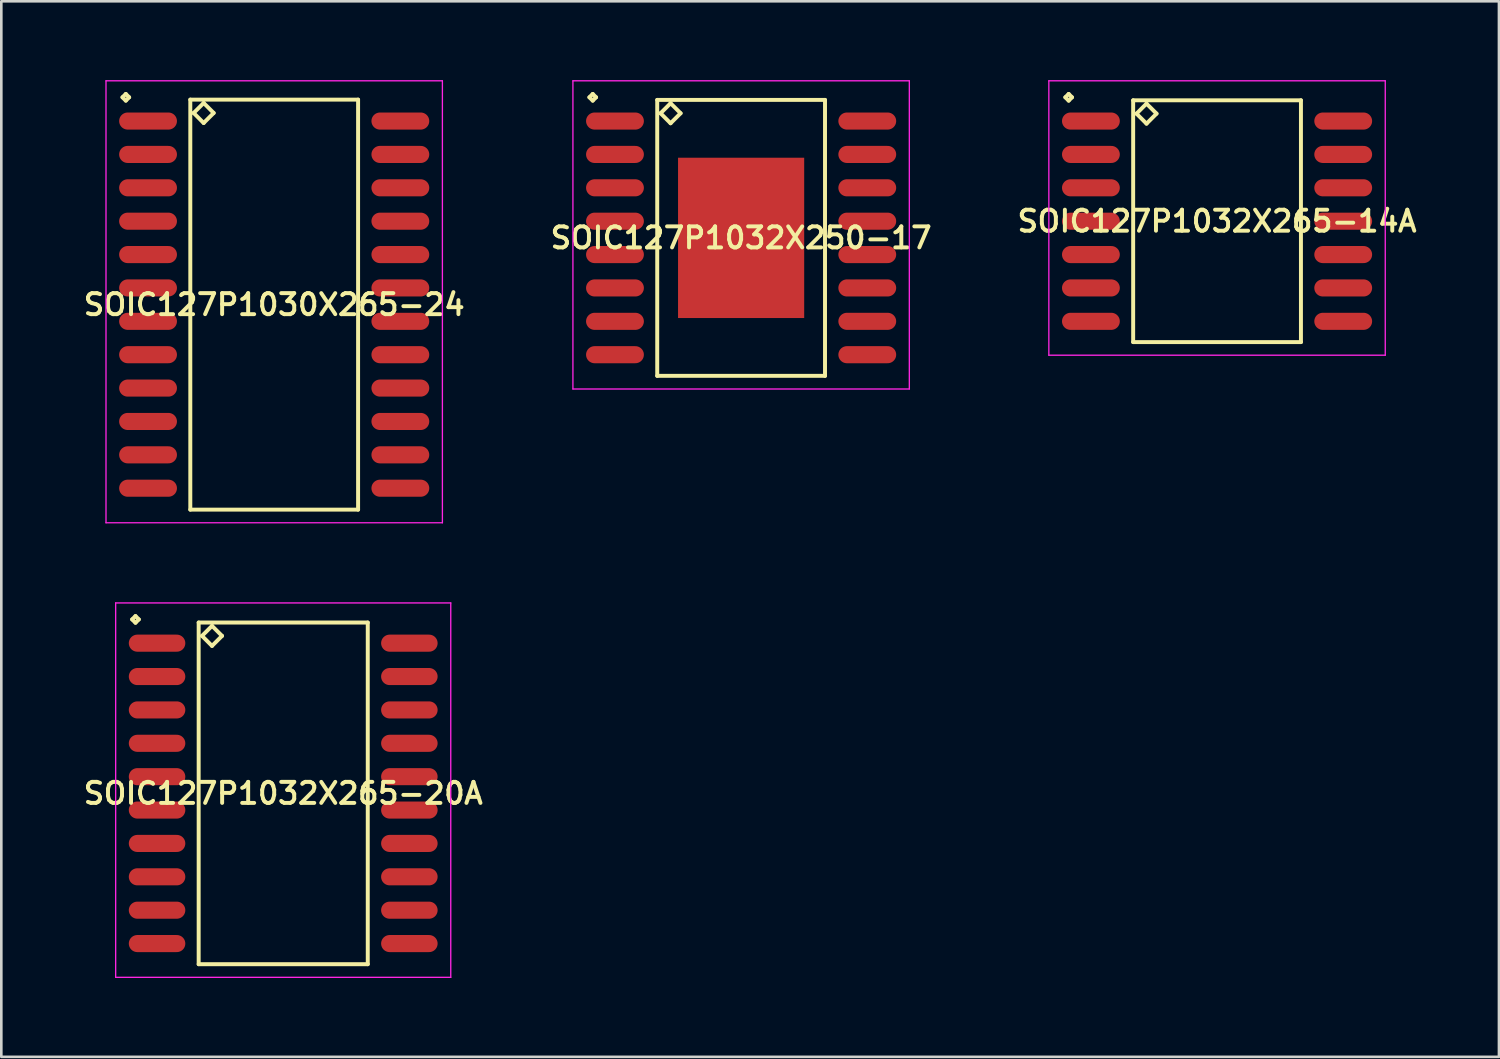
<source format=kicad_pcb>
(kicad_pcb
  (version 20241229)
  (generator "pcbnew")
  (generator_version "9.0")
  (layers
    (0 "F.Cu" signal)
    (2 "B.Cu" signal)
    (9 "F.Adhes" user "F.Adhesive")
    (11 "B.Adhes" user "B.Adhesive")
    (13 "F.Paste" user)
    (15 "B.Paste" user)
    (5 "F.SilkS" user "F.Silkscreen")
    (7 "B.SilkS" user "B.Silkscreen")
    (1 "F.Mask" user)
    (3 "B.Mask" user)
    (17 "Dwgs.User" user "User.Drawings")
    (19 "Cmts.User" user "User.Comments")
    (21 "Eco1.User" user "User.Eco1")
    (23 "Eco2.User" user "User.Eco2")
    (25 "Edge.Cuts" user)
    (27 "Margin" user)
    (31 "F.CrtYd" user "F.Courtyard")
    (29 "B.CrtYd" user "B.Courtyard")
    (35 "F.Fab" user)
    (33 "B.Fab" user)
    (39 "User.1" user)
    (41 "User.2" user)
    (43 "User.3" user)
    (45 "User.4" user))
  (footprint "SOIC127P1032X250-17"
    (layer "F.Cu")
    (at 25.149 6.001)
    (property "Reference" "SOIC127P1032X250-17" (at 0 0 0) (layer "F.SilkS") (effects (font (size 0.8 0.8) (thickness 0.15))))
    (attr smd)
    (fp_line (start -5.773 -5.349) (end -5.646 -5.476) (stroke (width 0.15) (type solid)) (layer "F.SilkS"))
    (fp_line (start -5.646 -5.476) (end -5.519 -5.349) (stroke (width 0.15) (type solid)) (layer "F.SilkS"))
    (fp_line (start -5.646 -5.222) (end -5.773 -5.349) (stroke (width 0.15) (type solid)) (layer "F.SilkS"))
    (fp_line (start -5.519 -5.349) (end -5.646 -5.222) (stroke (width 0.15) (type solid)) (layer "F.SilkS"))
    (fp_line (start -3.192 -5.25) (end -3.192 5.25) (stroke (width 0.15) (type solid)) (layer "F.SilkS"))
    (fp_line (start -3.192 5.25) (end 3.192 5.25) (stroke (width 0.15) (type solid)) (layer "F.SilkS"))
    (fp_line (start -3.065 -4.742) (end -2.684 -5.123) (stroke (width 0.15) (type solid)) (layer "F.SilkS"))
    (fp_line (start -2.684 -5.123) (end -2.303 -4.742) (stroke (width 0.15) (type solid)) (layer "F.SilkS"))
    (fp_line (start -2.684 -4.361) (end -3.065 -4.742) (stroke (width 0.15) (type solid)) (layer "F.SilkS"))
    (fp_line (start -2.303 -4.742) (end -2.684 -4.361) (stroke (width 0.15) (type solid)) (layer "F.SilkS"))
    (fp_line (start 3.192 -5.25) (end -3.192 -5.25) (stroke (width 0.15) (type solid)) (layer "F.SilkS"))
    (fp_line (start 3.192 5.25) (end 3.192 -5.25) (stroke (width 0.15) (type solid)) (layer "F.SilkS"))
    (fp_line (start -6.4 -5.976) (end 6.4 -5.976) (stroke (width 0.05) (type solid)) (layer "F.CrtYd"))
    (fp_line (start -6.4 5.75) (end -6.4 -5.976) (stroke (width 0.05) (type solid)) (layer "F.CrtYd"))
    (fp_line (start 6.4 -5.976) (end 6.4 5.75) (stroke (width 0.05) (type solid)) (layer "F.CrtYd"))
    (fp_line (start 6.4 5.75) (end -6.4 5.75) (stroke (width 0.05) (type solid)) (layer "F.CrtYd"))
    (pad "1" smd oval (at -4.8 -4.445) (size 2.2 0.65) (layers "F.Cu" "F.Mask" "F.Paste"))
    (pad "2" smd oval (at -4.8 -3.175) (size 2.2 0.65) (layers "F.Cu" "F.Mask" "F.Paste"))
    (pad "3" smd oval (at -4.8 -1.905) (size 2.2 0.65) (layers "F.Cu" "F.Mask" "F.Paste"))
    (pad "4" smd oval (at -4.8 -0.635) (size 2.2 0.65) (layers "F.Cu" "F.Mask" "F.Paste"))
    (pad "5" smd oval (at -4.8 0.635) (size 2.2 0.65) (layers "F.Cu" "F.Mask" "F.Paste"))
    (pad "6" smd oval (at -4.8 1.905) (size 2.2 0.65) (layers "F.Cu" "F.Mask" "F.Paste"))
    (pad "7" smd oval (at -4.8 3.175) (size 2.2 0.65) (layers "F.Cu" "F.Mask" "F.Paste"))
    (pad "8" smd oval (at -4.8 4.445) (size 2.2 0.65) (layers "F.Cu" "F.Mask" "F.Paste"))
    (pad "9" smd oval (at 4.8 4.445) (size 2.2 0.65) (layers "F.Cu" "F.Mask" "F.Paste"))
    (pad "10" smd oval (at 4.8 3.175) (size 2.2 0.65) (layers "F.Cu" "F.Mask" "F.Paste"))
    (pad "11" smd oval (at 4.8 1.905) (size 2.2 0.65) (layers "F.Cu" "F.Mask" "F.Paste"))
    (pad "12" smd oval (at 4.8 0.635) (size 2.2 0.65) (layers "F.Cu" "F.Mask" "F.Paste"))
    (pad "13" smd oval (at 4.8 -0.635) (size 2.2 0.65) (layers "F.Cu" "F.Mask" "F.Paste"))
    (pad "14" smd oval (at 4.8 -1.905) (size 2.2 0.65) (layers "F.Cu" "F.Mask" "F.Paste"))
    (pad "15" smd oval (at 4.8 -3.175) (size 2.2 0.65) (layers "F.Cu" "F.Mask" "F.Paste"))
    (pad "16" smd oval (at 4.8 -4.445) (size 2.2 0.65) (layers "F.Cu" "F.Mask" "F.Paste"))
    (pad "17" smd rect (at 0 0) (size 4.8 6.1) (layers "F.Cu" "F.Mask" "F.Paste")))
  (footprint "SOIC127P1032X265-14A"
    (layer "F.Cu")
    (at 43.258 5.366)
    (property "Reference" "SOIC127P1032X265-14A" (at 0 0 0) (layer "F.SilkS") (effects (font (size 0.8 0.8) (thickness 0.15))))
    (attr smd)
    (fp_line (start -5.773 -4.714) (end -5.646 -4.841) (stroke (width 0.15) (type solid)) (layer "F.SilkS"))
    (fp_line (start -5.646 -4.841) (end -5.519 -4.714) (stroke (width 0.15) (type solid)) (layer "F.SilkS"))
    (fp_line (start -5.646 -4.587) (end -5.773 -4.714) (stroke (width 0.15) (type solid)) (layer "F.SilkS"))
    (fp_line (start -5.519 -4.714) (end -5.646 -4.587) (stroke (width 0.15) (type solid)) (layer "F.SilkS"))
    (fp_line (start -3.192 -4.6) (end -3.192 4.6) (stroke (width 0.15) (type solid)) (layer "F.SilkS"))
    (fp_line (start -3.192 4.6) (end 3.192 4.6) (stroke (width 0.15) (type solid)) (layer "F.SilkS"))
    (fp_line (start -3.065 -4.092) (end -2.684 -4.473) (stroke (width 0.15) (type solid)) (layer "F.SilkS"))
    (fp_line (start -2.684 -4.473) (end -2.303 -4.092) (stroke (width 0.15) (type solid)) (layer "F.SilkS"))
    (fp_line (start -2.684 -3.711) (end -3.065 -4.092) (stroke (width 0.15) (type solid)) (layer "F.SilkS"))
    (fp_line (start -2.303 -4.092) (end -2.684 -3.711) (stroke (width 0.15) (type solid)) (layer "F.SilkS"))
    (fp_line (start 3.192 -4.6) (end -3.192 -4.6) (stroke (width 0.15) (type solid)) (layer "F.SilkS"))
    (fp_line (start 3.192 4.6) (end 3.192 -4.6) (stroke (width 0.15) (type solid)) (layer "F.SilkS"))
    (fp_line (start -6.4 -5.341) (end 6.4 -5.341) (stroke (width 0.05) (type solid)) (layer "F.CrtYd"))
    (fp_line (start -6.4 5.1) (end -6.4 -5.341) (stroke (width 0.05) (type solid)) (layer "F.CrtYd"))
    (fp_line (start 6.4 -5.341) (end 6.4 5.1) (stroke (width 0.05) (type solid)) (layer "F.CrtYd"))
    (fp_line (start 6.4 5.1) (end -6.4 5.1) (stroke (width 0.05) (type solid)) (layer "F.CrtYd"))
    (pad "1" smd oval (at -4.8 -3.81) (size 2.2 0.65) (layers "F.Cu" "F.Mask" "F.Paste"))
    (pad "2" smd oval (at -4.8 -2.54) (size 2.2 0.65) (layers "F.Cu" "F.Mask" "F.Paste"))
    (pad "3" smd oval (at -4.8 -1.27) (size 2.2 0.65) (layers "F.Cu" "F.Mask" "F.Paste"))
    (pad "4" smd oval (at -4.8 0) (size 2.2 0.65) (layers "F.Cu" "F.Mask" "F.Paste"))
    (pad "5" smd oval (at -4.8 1.27) (size 2.2 0.65) (layers "F.Cu" "F.Mask" "F.Paste"))
    (pad "6" smd oval (at -4.8 2.54) (size 2.2 0.65) (layers "F.Cu" "F.Mask" "F.Paste"))
    (pad "7" smd oval (at -4.8 3.81) (size 2.2 0.65) (layers "F.Cu" "F.Mask" "F.Paste"))
    (pad "8" smd oval (at 4.8 3.81) (size 2.2 0.65) (layers "F.Cu" "F.Mask" "F.Paste"))
    (pad "9" smd oval (at 4.8 2.54) (size 2.2 0.65) (layers "F.Cu" "F.Mask" "F.Paste"))
    (pad "10" smd oval (at 4.8 1.27) (size 2.2 0.65) (layers "F.Cu" "F.Mask" "F.Paste"))
    (pad "11" smd oval (at 4.8 0) (size 2.2 0.65) (layers "F.Cu" "F.Mask" "F.Paste"))
    (pad "12" smd oval (at 4.8 -1.27) (size 2.2 0.65) (layers "F.Cu" "F.Mask" "F.Paste"))
    (pad "13" smd oval (at 4.8 -2.54) (size 2.2 0.65) (layers "F.Cu" "F.Mask" "F.Paste"))
    (pad "14" smd oval (at 4.8 -3.81) (size 2.2 0.65) (layers "F.Cu" "F.Mask" "F.Paste")))
  (footprint "SOIC127P1030X265-24"
    (layer "F.Cu")
    (at 7.383 8.541)
    (property "Reference" "SOIC127P1030X265-24" (at 0 0 0) (layer "F.SilkS") (effects (font (size 0.8 0.8) (thickness 0.15))))
    (attr smd)
    (fp_line (start -5.773 -7.889) (end -5.646 -8.016) (stroke (width 0.15) (type solid)) (layer "F.SilkS"))
    (fp_line (start -5.646 -8.016) (end -5.519 -7.889) (stroke (width 0.15) (type solid)) (layer "F.SilkS"))
    (fp_line (start -5.646 -7.762) (end -5.773 -7.889) (stroke (width 0.15) (type solid)) (layer "F.SilkS"))
    (fp_line (start -5.519 -7.889) (end -5.646 -7.762) (stroke (width 0.15) (type solid)) (layer "F.SilkS"))
    (fp_line (start -3.192 -7.8) (end -3.192 7.8) (stroke (width 0.15) (type solid)) (layer "F.SilkS"))
    (fp_line (start -3.192 7.8) (end 3.192 7.8) (stroke (width 0.15) (type solid)) (layer "F.SilkS"))
    (fp_line (start -3.065 -7.292) (end -2.684 -7.673) (stroke (width 0.15) (type solid)) (layer "F.SilkS"))
    (fp_line (start -2.684 -7.673) (end -2.303 -7.292) (stroke (width 0.15) (type solid)) (layer "F.SilkS"))
    (fp_line (start -2.684 -6.911) (end -3.065 -7.292) (stroke (width 0.15) (type solid)) (layer "F.SilkS"))
    (fp_line (start -2.303 -7.292) (end -2.684 -6.911) (stroke (width 0.15) (type solid)) (layer "F.SilkS"))
    (fp_line (start 3.192 -7.8) (end -3.192 -7.8) (stroke (width 0.15) (type solid)) (layer "F.SilkS"))
    (fp_line (start 3.192 7.8) (end 3.192 -7.8) (stroke (width 0.15) (type solid)) (layer "F.SilkS"))
    (fp_line (start -6.4 -8.516) (end 6.4 -8.516) (stroke (width 0.05) (type solid)) (layer "F.CrtYd"))
    (fp_line (start -6.4 8.3) (end -6.4 -8.516) (stroke (width 0.05) (type solid)) (layer "F.CrtYd"))
    (fp_line (start 6.4 -8.516) (end 6.4 8.3) (stroke (width 0.05) (type solid)) (layer "F.CrtYd"))
    (fp_line (start 6.4 8.3) (end -6.4 8.3) (stroke (width 0.05) (type solid)) (layer "F.CrtYd"))
    (pad "1" smd oval (at -4.8 -6.985) (size 2.2 0.65) (layers "F.Cu" "F.Mask" "F.Paste"))
    (pad "2" smd oval (at -4.8 -5.715) (size 2.2 0.65) (layers "F.Cu" "F.Mask" "F.Paste"))
    (pad "3" smd oval (at -4.8 -4.445) (size 2.2 0.65) (layers "F.Cu" "F.Mask" "F.Paste"))
    (pad "4" smd oval (at -4.8 -3.175) (size 2.2 0.65) (layers "F.Cu" "F.Mask" "F.Paste"))
    (pad "5" smd oval (at -4.8 -1.905) (size 2.2 0.65) (layers "F.Cu" "F.Mask" "F.Paste"))
    (pad "6" smd oval (at -4.8 -0.635) (size 2.2 0.65) (layers "F.Cu" "F.Mask" "F.Paste"))
    (pad "7" smd oval (at -4.8 0.635) (size 2.2 0.65) (layers "F.Cu" "F.Mask" "F.Paste"))
    (pad "8" smd oval (at -4.8 1.905) (size 2.2 0.65) (layers "F.Cu" "F.Mask" "F.Paste"))
    (pad "9" smd oval (at -4.8 3.175) (size 2.2 0.65) (layers "F.Cu" "F.Mask" "F.Paste"))
    (pad "10" smd oval (at -4.8 4.445) (size 2.2 0.65) (layers "F.Cu" "F.Mask" "F.Paste"))
    (pad "11" smd oval (at -4.8 5.715) (size 2.2 0.65) (layers "F.Cu" "F.Mask" "F.Paste"))
    (pad "12" smd oval (at -4.8 6.985) (size 2.2 0.65) (layers "F.Cu" "F.Mask" "F.Paste"))
    (pad "13" smd oval (at 4.8 6.985) (size 2.2 0.65) (layers "F.Cu" "F.Mask" "F.Paste"))
    (pad "14" smd oval (at 4.8 5.715) (size 2.2 0.65) (layers "F.Cu" "F.Mask" "F.Paste"))
    (pad "15" smd oval (at 4.8 4.445) (size 2.2 0.65) (layers "F.Cu" "F.Mask" "F.Paste"))
    (pad "16" smd oval (at 4.8 3.175) (size 2.2 0.65) (layers "F.Cu" "F.Mask" "F.Paste"))
    (pad "17" smd oval (at 4.8 1.905) (size 2.2 0.65) (layers "F.Cu" "F.Mask" "F.Paste"))
    (pad "18" smd oval (at 4.8 0.635) (size 2.2 0.65) (layers "F.Cu" "F.Mask" "F.Paste"))
    (pad "19" smd oval (at 4.8 -0.635) (size 2.2 0.65) (layers "F.Cu" "F.Mask" "F.Paste"))
    (pad "20" smd oval (at 4.8 -1.905) (size 2.2 0.65) (layers "F.Cu" "F.Mask" "F.Paste"))
    (pad "21" smd oval (at 4.8 -3.175) (size 2.2 0.65) (layers "F.Cu" "F.Mask" "F.Paste"))
    (pad "22" smd oval (at 4.8 -4.445) (size 2.2 0.65) (layers "F.Cu" "F.Mask" "F.Paste"))
    (pad "23" smd oval (at 4.8 -5.715) (size 2.2 0.65) (layers "F.Cu" "F.Mask" "F.Paste"))
    (pad "24" smd oval (at 4.8 -6.985) (size 2.2 0.65) (layers "F.Cu" "F.Mask" "F.Paste")))
  (footprint "SOIC127P1032X265-20A"
    (layer "F.Cu")
    (at 7.726 27.137)
    (property "Reference" "SOIC127P1032X265-20A" (at 0 0 0) (layer "F.SilkS") (effects (font (size 0.8 0.8) (thickness 0.15))))
    (attr smd)
    (fp_line (start -5.748 -6.619) (end -5.621 -6.746) (stroke (width 0.15) (type solid)) (layer "F.SilkS"))
    (fp_line (start -5.621 -6.746) (end -5.494 -6.619) (stroke (width 0.15) (type solid)) (layer "F.SilkS"))
    (fp_line (start -5.621 -6.492) (end -5.748 -6.619) (stroke (width 0.15) (type solid)) (layer "F.SilkS"))
    (fp_line (start -5.494 -6.619) (end -5.621 -6.492) (stroke (width 0.15) (type solid)) (layer "F.SilkS"))
    (fp_line (start -3.217 -6.5) (end -3.217 6.5) (stroke (width 0.15) (type solid)) (layer "F.SilkS"))
    (fp_line (start -3.217 6.5) (end 3.217 6.5) (stroke (width 0.15) (type solid)) (layer "F.SilkS"))
    (fp_line (start -3.09 -5.992) (end -2.709 -6.373) (stroke (width 0.15) (type solid)) (layer "F.SilkS"))
    (fp_line (start -2.709 -6.373) (end -2.328 -5.992) (stroke (width 0.15) (type solid)) (layer "F.SilkS"))
    (fp_line (start -2.709 -5.611) (end -3.09 -5.992) (stroke (width 0.15) (type solid)) (layer "F.SilkS"))
    (fp_line (start -2.328 -5.992) (end -2.709 -5.611) (stroke (width 0.15) (type solid)) (layer "F.SilkS"))
    (fp_line (start 3.217 -6.5) (end -3.217 -6.5) (stroke (width 0.15) (type solid)) (layer "F.SilkS"))
    (fp_line (start 3.217 6.5) (end 3.217 -6.5) (stroke (width 0.15) (type solid)) (layer "F.SilkS"))
    (fp_line (start -6.375 -7.246) (end 6.375 -7.246) (stroke (width 0.05) (type solid)) (layer "F.CrtYd"))
    (fp_line (start -6.375 7) (end -6.375 -7.246) (stroke (width 0.05) (type solid)) (layer "F.CrtYd"))
    (fp_line (start 6.375 -7.246) (end 6.375 7) (stroke (width 0.05) (type solid)) (layer "F.CrtYd"))
    (fp_line (start 6.375 7) (end -6.375 7) (stroke (width 0.05) (type solid)) (layer "F.CrtYd"))
    (pad "1" smd oval (at -4.8 -5.715) (size 2.15 0.65) (layers "F.Cu" "F.Mask" "F.Paste"))
    (pad "2" smd oval (at -4.8 -4.445) (size 2.15 0.65) (layers "F.Cu" "F.Mask" "F.Paste"))
    (pad "3" smd oval (at -4.8 -3.175) (size 2.15 0.65) (layers "F.Cu" "F.Mask" "F.Paste"))
    (pad "4" smd oval (at -4.8 -1.905) (size 2.15 0.65) (layers "F.Cu" "F.Mask" "F.Paste"))
    (pad "5" smd oval (at -4.8 -0.635) (size 2.15 0.65) (layers "F.Cu" "F.Mask" "F.Paste"))
    (pad "6" smd oval (at -4.8 0.635) (size 2.15 0.65) (layers "F.Cu" "F.Mask" "F.Paste"))
    (pad "7" smd oval (at -4.8 1.905) (size 2.15 0.65) (layers "F.Cu" "F.Mask" "F.Paste"))
    (pad "8" smd oval (at -4.8 3.175) (size 2.15 0.65) (layers "F.Cu" "F.Mask" "F.Paste"))
    (pad "9" smd oval (at -4.8 4.445) (size 2.15 0.65) (layers "F.Cu" "F.Mask" "F.Paste"))
    (pad "10" smd oval (at -4.8 5.715) (size 2.15 0.65) (layers "F.Cu" "F.Mask" "F.Paste"))
    (pad "11" smd oval (at 4.8 5.715) (size 2.15 0.65) (layers "F.Cu" "F.Mask" "F.Paste"))
    (pad "12" smd oval (at 4.8 4.445) (size 2.15 0.65) (layers "F.Cu" "F.Mask" "F.Paste"))
    (pad "13" smd oval (at 4.8 3.175) (size 2.15 0.65) (layers "F.Cu" "F.Mask" "F.Paste"))
    (pad "14" smd oval (at 4.8 1.905) (size 2.15 0.65) (layers "F.Cu" "F.Mask" "F.Paste"))
    (pad "15" smd oval (at 4.8 0.635) (size 2.15 0.65) (layers "F.Cu" "F.Mask" "F.Paste"))
    (pad "16" smd oval (at 4.8 -0.635) (size 2.15 0.65) (layers "F.Cu" "F.Mask" "F.Paste"))
    (pad "17" smd oval (at 4.8 -1.905) (size 2.15 0.65) (layers "F.Cu" "F.Mask" "F.Paste"))
    (pad "18" smd oval (at 4.8 -3.175) (size 2.15 0.65) (layers "F.Cu" "F.Mask" "F.Paste"))
    (pad "19" smd oval (at 4.8 -4.445) (size 2.15 0.65) (layers "F.Cu" "F.Mask" "F.Paste"))
    (pad "20" smd oval (at 4.8 -5.715) (size 2.15 0.65) (layers "F.Cu" "F.Mask" "F.Paste")))
  (gr_rect
    (start -3 -3)
    (end 53.984 37.162)
    (stroke (width 0.1) (type default))
    (fill no)
    (layer "Edge.Cuts")))
</source>
